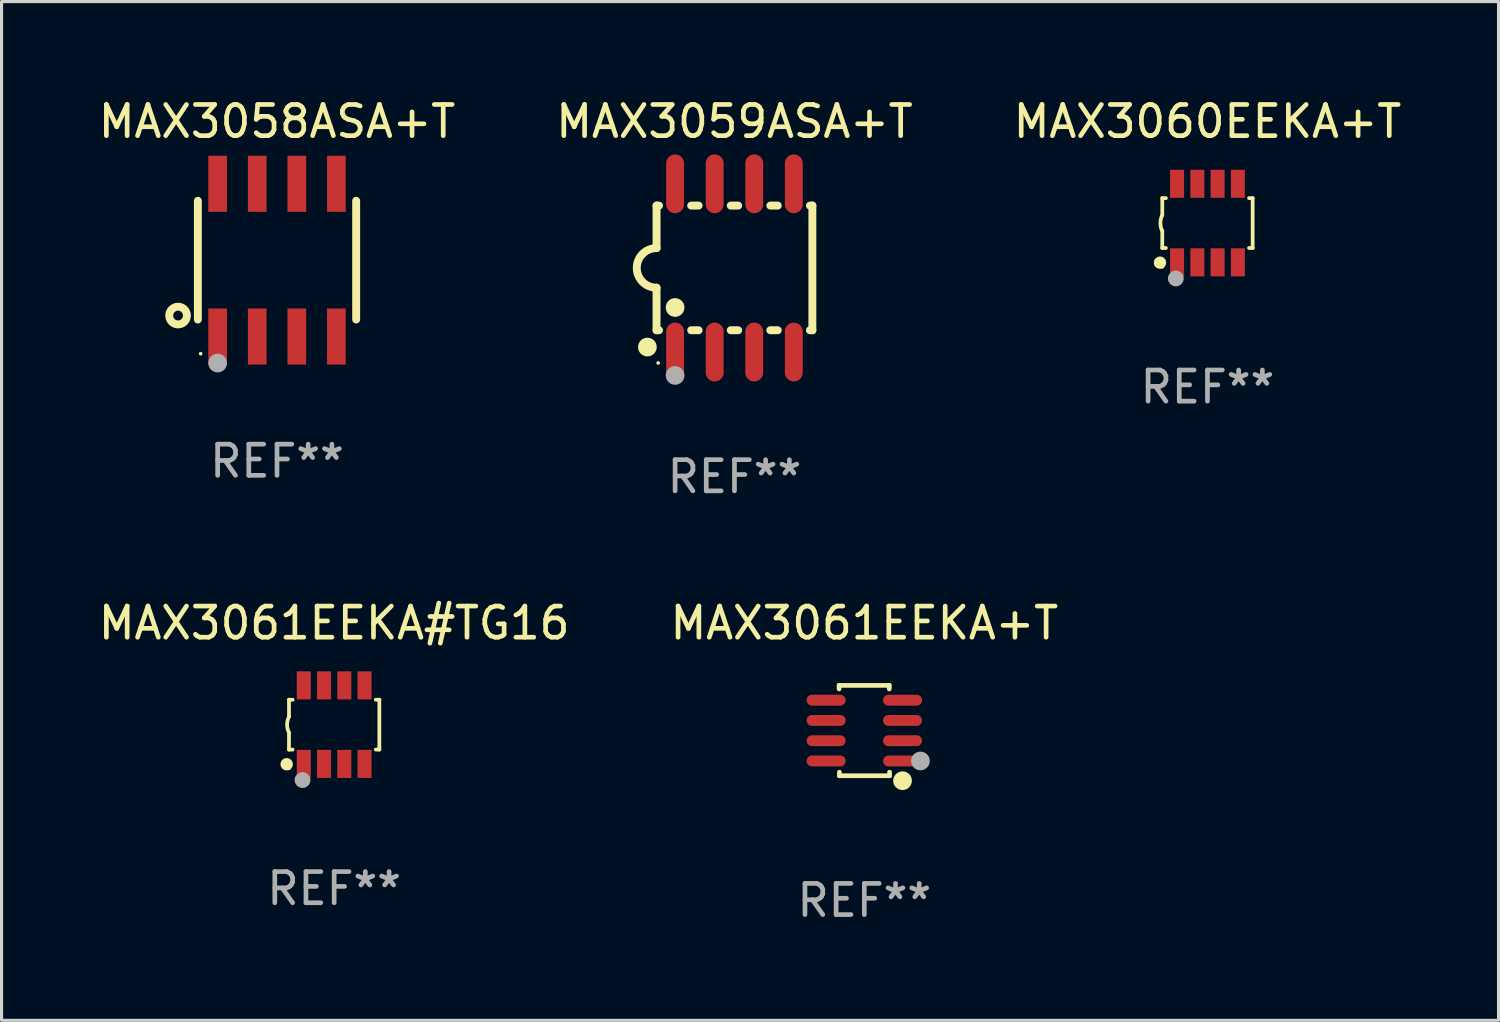
<source format=kicad_pcb>
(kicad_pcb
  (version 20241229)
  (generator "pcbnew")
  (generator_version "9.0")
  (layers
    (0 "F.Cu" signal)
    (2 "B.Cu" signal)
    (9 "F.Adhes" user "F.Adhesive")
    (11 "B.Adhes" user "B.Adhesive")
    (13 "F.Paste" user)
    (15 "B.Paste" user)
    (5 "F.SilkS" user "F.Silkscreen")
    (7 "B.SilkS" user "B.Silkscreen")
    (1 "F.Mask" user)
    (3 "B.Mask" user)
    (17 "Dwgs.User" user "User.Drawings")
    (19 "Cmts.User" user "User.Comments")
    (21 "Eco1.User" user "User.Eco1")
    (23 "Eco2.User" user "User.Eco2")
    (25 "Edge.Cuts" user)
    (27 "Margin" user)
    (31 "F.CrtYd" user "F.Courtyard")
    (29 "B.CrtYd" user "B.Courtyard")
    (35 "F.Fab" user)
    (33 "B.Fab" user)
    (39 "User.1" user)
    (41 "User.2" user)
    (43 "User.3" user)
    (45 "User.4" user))
  (footprint "MAX3058ASA+T"
    (layer "F.Cu")
    (at 5.839 5.298)
    (property "Reference" "MAX3058ASA+T" (at 0 -4.45 0) (layer "F.SilkS") (effects (font (size 1 1) (thickness 0.15))))
    (attr through_hole)
    (fp_line (start -2.54 -1.905) (end -2.54 1.905) (stroke (width 0.254) (type solid)) (layer "F.SilkS"))
    (fp_line (start 2.54 -1.905) (end 2.54 1.905) (stroke (width 0.254) (type solid)) (layer "F.SilkS"))
    (fp_circle (center -3.175 1.778) (end -2.891 1.778) (stroke (width 0.254) (type solid)) (fill no) (layer "F.SilkS"))
    (fp_circle (center -2.45 3) (end -2.42 3) (stroke (width 0.06) (type solid)) (fill no) (layer "F.SilkS"))
    (fp_circle (center -1.905 3.302) (end -1.755 3.302) (stroke (width 0.3) (type solid)) (fill no) (layer "F.Fab"))
    (fp_text user "REF**" (at 0 6.45 0) (layer "F.Fab") (effects (font (size 1 1) (thickness 0.15))))
    (pad "1" smd rect (at -1.905 2.45) (size 0.6 1.8) (layers "F.Cu" "F.Mask" "F.Paste"))
    (pad "2" smd rect (at -0.635 2.45) (size 0.6 1.8) (layers "F.Cu" "F.Mask" "F.Paste"))
    (pad "3" smd rect (at 0.635 2.45) (size 0.6 1.8) (layers "F.Cu" "F.Mask" "F.Paste"))
    (pad "4" smd rect (at 1.905 2.45) (size 0.6 1.8) (layers "F.Cu" "F.Mask" "F.Paste"))
    (pad "5" smd rect (at 1.905 -2.45 180) (size 0.6 1.8) (layers "F.Cu" "F.Mask" "F.Paste"))
    (pad "6" smd rect (at 0.635 -2.45 180) (size 0.6 1.8) (layers "F.Cu" "F.Mask" "F.Paste"))
    (pad "7" smd rect (at -0.635 -2.45 180) (size 0.6 1.8) (layers "F.Cu" "F.Mask" "F.Paste"))
    (pad "8" smd rect (at -1.905 -2.45 180) (size 0.6 1.8) (layers "F.Cu" "F.Mask" "F.Paste")))
  (footprint "MAX3061EEKA#TG16"
    (layer "F.Cu")
    (at 7.673 20.203)
    (property "Reference" "MAX3061EEKA#TG16" (at 0 -3.26 0) (layer "F.SilkS") (effects (font (size 1 1) (thickness 0.15))))
    (attr through_hole)
    (fp_line (start -1.45 -0.8) (end -1.45 -0.254) (stroke (width 0.12) (type solid)) (layer "F.SilkS"))
    (fp_line (start -1.45 -0.8) (end -1.334 -0.8) (stroke (width 0.12) (type solid)) (layer "F.SilkS"))
    (fp_line (start -1.45 0.8) (end -1.45 0.254) (stroke (width 0.12) (type solid)) (layer "F.SilkS"))
    (fp_line (start -1.45 0.8) (end -1.334 0.8) (stroke (width 0.12) (type solid)) (layer "F.SilkS"))
    (fp_line (start 1.334 -0.8) (end 1.45 -0.8) (stroke (width 0.12) (type solid)) (layer "F.SilkS"))
    (fp_line (start 1.334 0.8) (end 1.45 0.8) (stroke (width 0.12) (type solid)) (layer "F.SilkS"))
    (fp_line (start 1.45 0.8) (end 1.45 -0.8) (stroke (width 0.12) (type solid)) (layer "F.SilkS"))
    (fp_arc (start -1.45075 0.255144) (mid -1.510605 0.000434) (end -1.450013 -0.254102) (stroke (width 0.11999) (type solid)) (layer "F.SilkS"))
    (fp_circle (center -1.524 1.27) (end -1.424 1.27) (stroke (width 0.2) (type solid)) (fill no) (layer "F.SilkS"))
    (fp_circle (center -1.45 1.4) (end -1.42 1.4) (stroke (width 0.06) (type solid)) (fill no) (layer "F.SilkS"))
    (fp_circle (center -1.016 1.778) (end -0.889 1.778) (stroke (width 0.254) (type solid)) (fill no) (layer "F.Fab"))
    (fp_text user "REF**" (at 0 5.26 0) (layer "F.Fab") (effects (font (size 1 1) (thickness 0.15))))
    (pad "1" smd rect (at -0.975 1.26) (size 0.45 0.9) (layers "F.Cu" "F.Mask" "F.Paste"))
    (pad "2" smd rect (at -0.325 1.26) (size 0.45 0.9) (layers "F.Cu" "F.Mask" "F.Paste"))
    (pad "3" smd rect (at 0.325 1.26) (size 0.45 0.9) (layers "F.Cu" "F.Mask" "F.Paste"))
    (pad "4" smd rect (at 0.975 1.26) (size 0.45 0.9) (layers "F.Cu" "F.Mask" "F.Paste"))
    (pad "5" smd rect (at 0.975 -1.26) (size 0.45 0.9) (layers "F.Cu" "F.Mask" "F.Paste"))
    (pad "6" smd rect (at 0.325 -1.26) (size 0.45 0.9) (layers "F.Cu" "F.Mask" "F.Paste"))
    (pad "7" smd rect (at -0.325 -1.26) (size 0.45 0.9) (layers "F.Cu" "F.Mask" "F.Paste"))
    (pad "8" smd rect (at -0.975 -1.26) (size 0.45 0.9) (layers "F.Cu" "F.Mask" "F.Paste")))
  (footprint "MAX3060EEKA+T"
    (layer "F.Cu")
    (at 35.696 4.108)
    (property "Reference" "MAX3060EEKA+T" (at 0 -3.26 0) (layer "F.SilkS") (effects (font (size 1 1) (thickness 0.15))))
    (attr through_hole)
    (fp_line (start -1.45 -0.8) (end -1.45 -0.254) (stroke (width 0.12) (type solid)) (layer "F.SilkS"))
    (fp_line (start -1.45 -0.8) (end -1.334 -0.8) (stroke (width 0.12) (type solid)) (layer "F.SilkS"))
    (fp_line (start -1.45 0.8) (end -1.45 0.254) (stroke (width 0.12) (type solid)) (layer "F.SilkS"))
    (fp_line (start -1.45 0.8) (end -1.334 0.8) (stroke (width 0.12) (type solid)) (layer "F.SilkS"))
    (fp_line (start 1.334 -0.8) (end 1.45 -0.8) (stroke (width 0.12) (type solid)) (layer "F.SilkS"))
    (fp_line (start 1.334 0.8) (end 1.45 0.8) (stroke (width 0.12) (type solid)) (layer "F.SilkS"))
    (fp_line (start 1.45 0.8) (end 1.45 -0.8) (stroke (width 0.12) (type solid)) (layer "F.SilkS"))
    (fp_arc (start -1.45075 0.255144) (mid -1.510605 0.000434) (end -1.450013 -0.254102) (stroke (width 0.11999) (type solid)) (layer "F.SilkS"))
    (fp_circle (center -1.524 1.27) (end -1.424 1.27) (stroke (width 0.2) (type solid)) (fill no) (layer "F.SilkS"))
    (fp_circle (center -1.45 1.4) (end -1.42 1.4) (stroke (width 0.06) (type solid)) (fill no) (layer "F.SilkS"))
    (fp_circle (center -1.016 1.778) (end -0.889 1.778) (stroke (width 0.254) (type solid)) (fill no) (layer "F.Fab"))
    (fp_text user "REF**" (at 0 5.26 0) (layer "F.Fab") (effects (font (size 1 1) (thickness 0.15))))
    (pad "1" smd rect (at -0.975 1.26) (size 0.45 0.9) (layers "F.Cu" "F.Mask" "F.Paste"))
    (pad "2" smd rect (at -0.325 1.26) (size 0.45 0.9) (layers "F.Cu" "F.Mask" "F.Paste"))
    (pad "3" smd rect (at 0.325 1.26) (size 0.45 0.9) (layers "F.Cu" "F.Mask" "F.Paste"))
    (pad "4" smd rect (at 0.975 1.26) (size 0.45 0.9) (layers "F.Cu" "F.Mask" "F.Paste"))
    (pad "5" smd rect (at 0.975 -1.26) (size 0.45 0.9) (layers "F.Cu" "F.Mask" "F.Paste"))
    (pad "6" smd rect (at 0.325 -1.26) (size 0.45 0.9) (layers "F.Cu" "F.Mask" "F.Paste"))
    (pad "7" smd rect (at -0.325 -1.26) (size 0.45 0.9) (layers "F.Cu" "F.Mask" "F.Paste"))
    (pad "8" smd rect (at -0.975 -1.26) (size 0.45 0.9) (layers "F.Cu" "F.Mask" "F.Paste")))
  (footprint "MAX3059ASA+T"
    (layer "F.Cu")
    (at 20.518 5.547)
    (property "Reference" "MAX3059ASA+T" (at 0 -4.699 0) (layer "F.SilkS") (effects (font (size 1 1) (thickness 0.15))))
    (attr through_hole)
    (fp_line (start -2.5 -2) (end -2.5 -0.635) (stroke (width 0.254) (type solid)) (layer "F.SilkS"))
    (fp_line (start -2.5 -2) (end -2.421 -2) (stroke (width 0.254) (type solid)) (layer "F.SilkS"))
    (fp_line (start -2.5 2) (end -2.5 0.635) (stroke (width 0.254) (type solid)) (layer "F.SilkS"))
    (fp_line (start -2.5 2) (end -2.421 2) (stroke (width 0.254) (type solid)) (layer "F.SilkS"))
    (fp_line (start -1.389 -2) (end -1.151 -2) (stroke (width 0.254) (type solid)) (layer "F.SilkS"))
    (fp_line (start -1.389 2) (end -1.151 2) (stroke (width 0.254) (type solid)) (layer "F.SilkS"))
    (fp_line (start -0.119 -2) (end 0.119 -2) (stroke (width 0.254) (type solid)) (layer "F.SilkS"))
    (fp_line (start -0.119 2) (end 0.119 2) (stroke (width 0.254) (type solid)) (layer "F.SilkS"))
    (fp_line (start 1.151 -2) (end 1.389 -2) (stroke (width 0.254) (type solid)) (layer "F.SilkS"))
    (fp_line (start 1.151 2) (end 1.389 2) (stroke (width 0.254) (type solid)) (layer "F.SilkS"))
    (fp_line (start 2.421 -2) (end 2.5 -2) (stroke (width 0.254) (type solid)) (layer "F.SilkS"))
    (fp_line (start 2.421 2) (end 2.5 2) (stroke (width 0.254) (type solid)) (layer "F.SilkS"))
    (fp_line (start 2.5 -2) (end 2.5 2) (stroke (width 0.254) (type solid)) (layer "F.SilkS"))
    (fp_arc (start -2.5 0.635001) (mid -3.134366 -0.000318) (end -2.499365 -0.635001) (stroke (width 0.254001) (type solid)) (layer "F.SilkS"))
    (fp_circle (center -2.794 2.54) (end -2.644 2.54) (stroke (width 0.3) (type solid)) (fill no) (layer "F.SilkS"))
    (fp_circle (center -2.45 3.05) (end -2.42 3.05) (stroke (width 0.06) (type solid)) (fill no) (layer "F.SilkS"))
    (fp_circle (center -1.905 1.27) (end -1.755 1.27) (stroke (width 0.3) (type solid)) (fill no) (layer "F.SilkS"))
    (fp_circle (center -1.905 3.45) (end -1.755 3.45) (stroke (width 0.3) (type solid)) (fill no) (layer "F.Fab"))
    (fp_text user "REF**" (at 0 6.699 0) (layer "F.Fab") (effects (font (size 1 1) (thickness 0.15))))
    (pad "1" smd oval (at -1.905 2.699) (size 0.574 1.888) (layers "F.Cu" "F.Mask" "F.Paste"))
    (pad "2" smd oval (at -0.635 2.699) (size 0.574 1.888) (layers "F.Cu" "F.Mask" "F.Paste"))
    (pad "3" smd oval (at 0.635 2.699) (size 0.574 1.888) (layers "F.Cu" "F.Mask" "F.Paste"))
    (pad "4" smd oval (at 1.905 2.699) (size 0.574 1.888) (layers "F.Cu" "F.Mask" "F.Paste"))
    (pad "5" smd oval (at 1.905 -2.699) (size 0.574 1.888) (layers "F.Cu" "F.Mask" "F.Paste"))
    (pad "6" smd oval (at 0.635 -2.699) (size 0.574 1.888) (layers "F.Cu" "F.Mask" "F.Paste"))
    (pad "7" smd oval (at -0.635 -2.699) (size 0.574 1.888) (layers "F.Cu" "F.Mask" "F.Paste"))
    (pad "8" smd oval (at -1.905 -2.699) (size 0.574 1.888) (layers "F.Cu" "F.Mask" "F.Paste")))
  (footprint "MAX3061EEKA+T"
    (layer "F.Cu")
    (at 24.685 20.393)
    (property "Reference" "MAX3061EEKA+T" (at 0 -3.45 0) (layer "F.SilkS") (effects (font (size 1 1) (thickness 0.15))))
    (attr through_hole)
    (fp_line (start -0.81 -1.45) (end 0.8 -1.45) (stroke (width 0.15) (type solid)) (layer "F.SilkS"))
    (fp_line (start -0.81 -1.336) (end -0.81 -1.45) (stroke (width 0.15) (type solid)) (layer "F.SilkS"))
    (fp_line (start -0.8 1.45) (end -0.8 1.336) (stroke (width 0.15) (type solid)) (layer "F.SilkS"))
    (fp_line (start 0.8 -1.45) (end 0.8 -1.336) (stroke (width 0.15) (type solid)) (layer "F.SilkS"))
    (fp_line (start 0.81 1.336) (end 0.81 1.45) (stroke (width 0.15) (type solid)) (layer "F.SilkS"))
    (fp_line (start 0.81 1.45) (end -0.8 1.45) (stroke (width 0.15) (type solid)) (layer "F.SilkS"))
    (fp_circle (center 1.226 1.609) (end 1.376 1.609) (stroke (width 0.3) (type solid)) (fill no) (layer "F.SilkS"))
    (fp_circle (center 1.4 1.45) (end 1.43 1.45) (stroke (width 0.06) (type solid)) (fill no) (layer "F.SilkS"))
    (fp_circle (center 1.8 0.975) (end 1.95 0.975) (stroke (width 0.3) (type solid)) (fill no) (layer "F.Fab"))
    (fp_text user "REF**" (at 0 5.45 0) (layer "F.Fab") (effects (font (size 1 1) (thickness 0.15))))
    (pad "1" smd oval (at 1.226 0.975) (size 1.252 0.35) (layers "F.Cu" "F.Mask" "F.Paste"))
    (pad "2" smd oval (at 1.226 0.325) (size 1.252 0.35) (layers "F.Cu" "F.Mask" "F.Paste"))
    (pad "3" smd oval (at 1.226 -0.325) (size 1.252 0.35) (layers "F.Cu" "F.Mask" "F.Paste"))
    (pad "4" smd oval (at 1.226 -0.975) (size 1.252 0.35) (layers "F.Cu" "F.Mask" "F.Paste"))
    (pad "5" smd oval (at -1.226 -0.975) (size 1.252 0.35) (layers "F.Cu" "F.Mask" "F.Paste"))
    (pad "6" smd oval (at -1.226 -0.325) (size 1.252 0.35) (layers "F.Cu" "F.Mask" "F.Paste"))
    (pad "7" smd oval (at -1.226 0.325) (size 1.252 0.35) (layers "F.Cu" "F.Mask" "F.Paste"))
    (pad "8" smd oval (at -1.226 0.975) (size 1.252 0.35) (layers "F.Cu" "F.Mask" "F.Paste")))
  (gr_rect
    (start -3 -3)
    (end 45.036 29.691)
    (stroke (width 0.1) (type default))
    (fill no)
    (layer "Edge.Cuts")))
</source>
